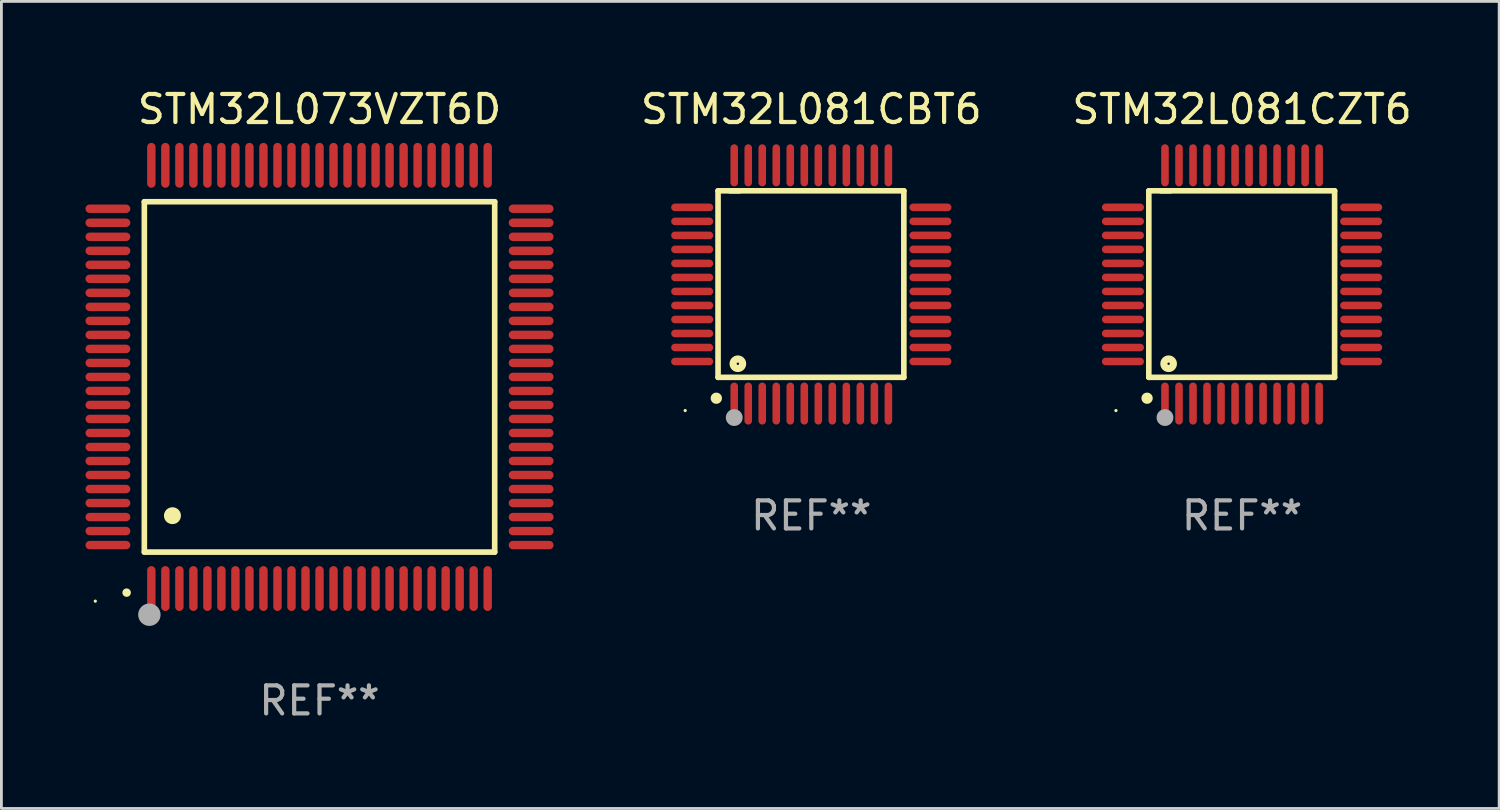
<source format=kicad_pcb>
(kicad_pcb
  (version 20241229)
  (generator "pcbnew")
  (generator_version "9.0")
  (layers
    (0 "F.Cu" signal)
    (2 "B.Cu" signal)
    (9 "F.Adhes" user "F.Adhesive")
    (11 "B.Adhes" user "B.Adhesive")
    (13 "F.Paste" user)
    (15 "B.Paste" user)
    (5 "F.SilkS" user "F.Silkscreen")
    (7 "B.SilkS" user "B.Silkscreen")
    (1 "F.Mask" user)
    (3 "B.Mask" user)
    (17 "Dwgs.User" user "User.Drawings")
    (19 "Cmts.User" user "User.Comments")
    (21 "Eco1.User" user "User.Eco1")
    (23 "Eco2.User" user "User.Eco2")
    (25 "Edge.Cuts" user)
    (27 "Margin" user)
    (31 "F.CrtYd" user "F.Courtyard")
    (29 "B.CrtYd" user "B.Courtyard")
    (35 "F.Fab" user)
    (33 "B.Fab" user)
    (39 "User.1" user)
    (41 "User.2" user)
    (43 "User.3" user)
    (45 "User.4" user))
  (footprint "STM32L081CBT6"
    (layer "F.Cu")
    (at 25.896 7.098)
    (property "Reference" "STM32L081CBT6" (at 0 -6.25 0) (layer "F.SilkS") (effects (font (size 1 1) (thickness 0.15))))
    (attr through_hole)
    (fp_line (start -3.327 -3.34) (end -2.565 -3.34) (stroke (width 0.2) (type solid)) (layer "F.SilkS"))
    (fp_line (start -3.327 3.315) (end -3.327 -3.34) (stroke (width 0.2) (type solid)) (layer "F.SilkS"))
    (fp_line (start -2.896 -3.34) (end 3.302 -3.34) (stroke (width 0.2) (type solid)) (layer "F.SilkS"))
    (fp_line (start 3.302 -3.34) (end 3.302 3.315) (stroke (width 0.2) (type solid)) (layer "F.SilkS"))
    (fp_line (start 3.302 3.315) (end -3.327 3.315) (stroke (width 0.2) (type solid)) (layer "F.SilkS"))
    (fp_arc (start -3.389992 4.059995) (mid -3.388722 4.059991) (end -3.387452 4.059995) (stroke (width 0.4) (type solid)) (layer "F.SilkS"))
    (fp_circle (center -4.5 4.5) (end -4.47 4.5) (stroke (width 0.06) (type solid)) (fill no) (layer "F.SilkS"))
    (fp_circle (center -2.62 2.83) (end -2.45 2.83) (stroke (width 0.254) (type solid)) (fill no) (layer "F.SilkS"))
    (fp_circle (center -2.75 4.75) (end -2.6 4.75) (stroke (width 0.3) (type solid)) (fill no) (layer "F.Fab"))
    (fp_text user "REF**" (at 0 8.25 0) (layer "F.Fab") (effects (font (size 1 1) (thickness 0.15))))
    (pad "1" smd oval (at -2.75 4.25) (size 0.27 1.5) (layers "F.Cu" "F.Mask" "F.Paste"))
    (pad "2" smd oval (at -2.25 4.25) (size 0.27 1.5) (layers "F.Cu" "F.Mask" "F.Paste"))
    (pad "3" smd oval (at -1.75 4.25) (size 0.27 1.5) (layers "F.Cu" "F.Mask" "F.Paste"))
    (pad "4" smd oval (at -1.25 4.25) (size 0.27 1.5) (layers "F.Cu" "F.Mask" "F.Paste"))
    (pad "5" smd oval (at -0.75 4.25) (size 0.27 1.5) (layers "F.Cu" "F.Mask" "F.Paste"))
    (pad "6" smd oval (at -0.25 4.25) (size 0.27 1.5) (layers "F.Cu" "F.Mask" "F.Paste"))
    (pad "7" smd oval (at 0.25 4.25) (size 0.27 1.5) (layers "F.Cu" "F.Mask" "F.Paste"))
    (pad "8" smd oval (at 0.75 4.25) (size 0.27 1.5) (layers "F.Cu" "F.Mask" "F.Paste"))
    (pad "9" smd oval (at 1.25 4.25) (size 0.27 1.5) (layers "F.Cu" "F.Mask" "F.Paste"))
    (pad "10" smd oval (at 1.75 4.25) (size 0.27 1.5) (layers "F.Cu" "F.Mask" "F.Paste"))
    (pad "11" smd oval (at 2.25 4.25) (size 0.27 1.5) (layers "F.Cu" "F.Mask" "F.Paste"))
    (pad "12" smd oval (at 2.75 4.25) (size 0.27 1.5) (layers "F.Cu" "F.Mask" "F.Paste"))
    (pad "13" smd oval (at 4.25 2.75) (size 1.5 0.27) (layers "F.Cu" "F.Mask" "F.Paste"))
    (pad "14" smd oval (at 4.25 2.25) (size 1.5 0.27) (layers "F.Cu" "F.Mask" "F.Paste"))
    (pad "15" smd oval (at 4.25 1.75) (size 1.5 0.27) (layers "F.Cu" "F.Mask" "F.Paste"))
    (pad "16" smd oval (at 4.25 1.25) (size 1.5 0.27) (layers "F.Cu" "F.Mask" "F.Paste"))
    (pad "17" smd oval (at 4.25 0.75) (size 1.5 0.27) (layers "F.Cu" "F.Mask" "F.Paste"))
    (pad "18" smd oval (at 4.25 0.25) (size 1.5 0.27) (layers "F.Cu" "F.Mask" "F.Paste"))
    (pad "19" smd oval (at 4.25 -0.25) (size 1.5 0.27) (layers "F.Cu" "F.Mask" "F.Paste"))
    (pad "20" smd oval (at 4.25 -0.75) (size 1.5 0.27) (layers "F.Cu" "F.Mask" "F.Paste"))
    (pad "21" smd oval (at 4.25 -1.25) (size 1.5 0.27) (layers "F.Cu" "F.Mask" "F.Paste"))
    (pad "22" smd oval (at 4.25 -1.75) (size 1.5 0.27) (layers "F.Cu" "F.Mask" "F.Paste"))
    (pad "23" smd oval (at 4.25 -2.25) (size 1.5 0.27) (layers "F.Cu" "F.Mask" "F.Paste"))
    (pad "24" smd oval (at 4.25 -2.75) (size 1.5 0.27) (layers "F.Cu" "F.Mask" "F.Paste"))
    (pad "25" smd oval (at 2.75 -4.25) (size 0.27 1.5) (layers "F.Cu" "F.Mask" "F.Paste"))
    (pad "26" smd oval (at 2.25 -4.25) (size 0.27 1.5) (layers "F.Cu" "F.Mask" "F.Paste"))
    (pad "27" smd oval (at 1.75 -4.25) (size 0.27 1.5) (layers "F.Cu" "F.Mask" "F.Paste"))
    (pad "28" smd oval (at 1.25 -4.25) (size 0.27 1.5) (layers "F.Cu" "F.Mask" "F.Paste"))
    (pad "29" smd oval (at 0.75 -4.25) (size 0.27 1.5) (layers "F.Cu" "F.Mask" "F.Paste"))
    (pad "30" smd oval (at 0.25 -4.25) (size 0.27 1.5) (layers "F.Cu" "F.Mask" "F.Paste"))
    (pad "31" smd oval (at -0.25 -4.25) (size 0.27 1.5) (layers "F.Cu" "F.Mask" "F.Paste"))
    (pad "32" smd oval (at -0.75 -4.25) (size 0.27 1.5) (layers "F.Cu" "F.Mask" "F.Paste"))
    (pad "33" smd oval (at -1.25 -4.25) (size 0.27 1.5) (layers "F.Cu" "F.Mask" "F.Paste"))
    (pad "34" smd oval (at -1.75 -4.25) (size 0.27 1.5) (layers "F.Cu" "F.Mask" "F.Paste"))
    (pad "35" smd oval (at -2.25 -4.25) (size 0.27 1.5) (layers "F.Cu" "F.Mask" "F.Paste"))
    (pad "36" smd oval (at -2.75 -4.25) (size 0.27 1.5) (layers "F.Cu" "F.Mask" "F.Paste"))
    (pad "37" smd oval (at -4.25 -2.75) (size 1.5 0.27) (layers "F.Cu" "F.Mask" "F.Paste"))
    (pad "38" smd oval (at -4.25 -2.25) (size 1.5 0.27) (layers "F.Cu" "F.Mask" "F.Paste"))
    (pad "39" smd oval (at -4.25 -1.75) (size 1.5 0.27) (layers "F.Cu" "F.Mask" "F.Paste"))
    (pad "40" smd oval (at -4.25 -1.25) (size 1.5 0.27) (layers "F.Cu" "F.Mask" "F.Paste"))
    (pad "41" smd oval (at -4.25 -0.75) (size 1.5 0.27) (layers "F.Cu" "F.Mask" "F.Paste"))
    (pad "42" smd oval (at -4.25 -0.25) (size 1.5 0.27) (layers "F.Cu" "F.Mask" "F.Paste"))
    (pad "43" smd oval (at -4.25 0.25) (size 1.5 0.27) (layers "F.Cu" "F.Mask" "F.Paste"))
    (pad "44" smd oval (at -4.25 0.75) (size 1.5 0.27) (layers "F.Cu" "F.Mask" "F.Paste"))
    (pad "45" smd oval (at -4.25 1.25) (size 1.5 0.27) (layers "F.Cu" "F.Mask" "F.Paste"))
    (pad "46" smd oval (at -4.25 1.75) (size 1.5 0.27) (layers "F.Cu" "F.Mask" "F.Paste"))
    (pad "47" smd oval (at -4.25 2.25) (size 1.5 0.27) (layers "F.Cu" "F.Mask" "F.Paste"))
    (pad "48" smd oval (at -4.25 2.75) (size 1.5 0.27) (layers "F.Cu" "F.Mask" "F.Paste")))
  (footprint "STM32L073VZT6D"
    (layer "F.Cu")
    (at 8.35 10.398)
    (property "Reference" "STM32L073VZT6D" (at 0 -9.55 0) (layer "F.SilkS") (effects (font (size 1 1) (thickness 0.15))))
    (attr through_hole)
    (fp_line (start -6.25 -6.25) (end -6.25 6.25) (stroke (width 0.2) (type solid)) (layer "F.SilkS"))
    (fp_line (start -6.25 6.25) (end 6.25 6.25) (stroke (width 0.2) (type solid)) (layer "F.SilkS"))
    (fp_line (start 6.25 -6.25) (end -6.25 -6.25) (stroke (width 0.2) (type solid)) (layer "F.SilkS"))
    (fp_line (start 6.25 6.25) (end 6.25 -6.25) (stroke (width 0.2) (type solid)) (layer "F.SilkS"))
    (fp_arc (start -6.883414 7.696215) (mid -6.882144 7.69621) (end -6.880874 7.696215) (stroke (width 0.3) (type solid)) (layer "F.SilkS"))
    (fp_arc (start -5.250191 4.95047) (mid -5.247651 4.950459) (end -5.245111 4.95047) (stroke (width 0.6) (type solid)) (layer "F.SilkS"))
    (fp_circle (center -8 8) (end -7.97 8) (stroke (width 0.06) (type solid)) (fill no) (layer "F.SilkS"))
    (fp_circle (center -6.071 8.484) (end -5.871 8.484) (stroke (width 0.4) (type solid)) (fill no) (layer "F.Fab"))
    (fp_text user "REF**" (at 0 11.55 0) (layer "F.Fab") (effects (font (size 1 1) (thickness 0.15))))
    (pad "1" smd oval (at -6 7.55) (size 0.3 1.6) (layers "F.Cu" "F.Mask" "F.Paste"))
    (pad "2" smd oval (at -5.5 7.55) (size 0.3 1.6) (layers "F.Cu" "F.Mask" "F.Paste"))
    (pad "3" smd oval (at -5 7.55) (size 0.3 1.6) (layers "F.Cu" "F.Mask" "F.Paste"))
    (pad "4" smd oval (at -4.5 7.55) (size 0.3 1.6) (layers "F.Cu" "F.Mask" "F.Paste"))
    (pad "5" smd oval (at -4 7.55) (size 0.3 1.6) (layers "F.Cu" "F.Mask" "F.Paste"))
    (pad "6" smd oval (at -3.5 7.55) (size 0.3 1.6) (layers "F.Cu" "F.Mask" "F.Paste"))
    (pad "7" smd oval (at -3 7.55) (size 0.3 1.6) (layers "F.Cu" "F.Mask" "F.Paste"))
    (pad "8" smd oval (at -2.5 7.55) (size 0.3 1.6) (layers "F.Cu" "F.Mask" "F.Paste"))
    (pad "9" smd oval (at -2 7.55) (size 0.3 1.6) (layers "F.Cu" "F.Mask" "F.Paste"))
    (pad "10" smd oval (at -1.5 7.55) (size 0.3 1.6) (layers "F.Cu" "F.Mask" "F.Paste"))
    (pad "11" smd oval (at -1 7.55) (size 0.3 1.6) (layers "F.Cu" "F.Mask" "F.Paste"))
    (pad "12" smd oval (at -0.5 7.55) (size 0.3 1.6) (layers "F.Cu" "F.Mask" "F.Paste"))
    (pad "13" smd oval (at 0 7.55) (size 0.3 1.6) (layers "F.Cu" "F.Mask" "F.Paste"))
    (pad "14" smd oval (at 0.5 7.55) (size 0.3 1.6) (layers "F.Cu" "F.Mask" "F.Paste"))
    (pad "15" smd oval (at 1 7.55) (size 0.3 1.6) (layers "F.Cu" "F.Mask" "F.Paste"))
    (pad "16" smd oval (at 1.5 7.55) (size 0.3 1.6) (layers "F.Cu" "F.Mask" "F.Paste"))
    (pad "17" smd oval (at 2 7.55) (size 0.3 1.6) (layers "F.Cu" "F.Mask" "F.Paste"))
    (pad "18" smd oval (at 2.5 7.55) (size 0.3 1.6) (layers "F.Cu" "F.Mask" "F.Paste"))
    (pad "19" smd oval (at 3 7.55) (size 0.3 1.6) (layers "F.Cu" "F.Mask" "F.Paste"))
    (pad "20" smd oval (at 3.5 7.55) (size 0.3 1.6) (layers "F.Cu" "F.Mask" "F.Paste"))
    (pad "21" smd oval (at 4 7.55) (size 0.3 1.6) (layers "F.Cu" "F.Mask" "F.Paste"))
    (pad "22" smd oval (at 4.5 7.55) (size 0.3 1.6) (layers "F.Cu" "F.Mask" "F.Paste"))
    (pad "23" smd oval (at 5 7.55) (size 0.3 1.6) (layers "F.Cu" "F.Mask" "F.Paste"))
    (pad "24" smd oval (at 5.5 7.55) (size 0.3 1.6) (layers "F.Cu" "F.Mask" "F.Paste"))
    (pad "25" smd oval (at 6 7.55) (size 0.3 1.6) (layers "F.Cu" "F.Mask" "F.Paste"))
    (pad "26" smd oval (at 7.55 6) (size 1.6 0.3) (layers "F.Cu" "F.Mask" "F.Paste"))
    (pad "27" smd oval (at 7.55 5.5) (size 1.6 0.3) (layers "F.Cu" "F.Mask" "F.Paste"))
    (pad "28" smd oval (at 7.55 5) (size 1.6 0.3) (layers "F.Cu" "F.Mask" "F.Paste"))
    (pad "29" smd oval (at 7.55 4.5) (size 1.6 0.3) (layers "F.Cu" "F.Mask" "F.Paste"))
    (pad "30" smd oval (at 7.55 4) (size 1.6 0.3) (layers "F.Cu" "F.Mask" "F.Paste"))
    (pad "31" smd oval (at 7.55 3.5) (size 1.6 0.3) (layers "F.Cu" "F.Mask" "F.Paste"))
    (pad "32" smd oval (at 7.55 3) (size 1.6 0.3) (layers "F.Cu" "F.Mask" "F.Paste"))
    (pad "33" smd oval (at 7.55 2.5) (size 1.6 0.3) (layers "F.Cu" "F.Mask" "F.Paste"))
    (pad "34" smd oval (at 7.55 2) (size 1.6 0.3) (layers "F.Cu" "F.Mask" "F.Paste"))
    (pad "35" smd oval (at 7.55 1.5) (size 1.6 0.3) (layers "F.Cu" "F.Mask" "F.Paste"))
    (pad "36" smd oval (at 7.55 1) (size 1.6 0.3) (layers "F.Cu" "F.Mask" "F.Paste"))
    (pad "37" smd oval (at 7.55 0.5) (size 1.6 0.3) (layers "F.Cu" "F.Mask" "F.Paste"))
    (pad "38" smd oval (at 7.55 0) (size 1.6 0.3) (layers "F.Cu" "F.Mask" "F.Paste"))
    (pad "39" smd oval (at 7.55 -0.5) (size 1.6 0.3) (layers "F.Cu" "F.Mask" "F.Paste"))
    (pad "40" smd oval (at 7.55 -1) (size 1.6 0.3) (layers "F.Cu" "F.Mask" "F.Paste"))
    (pad "41" smd oval (at 7.55 -1.5) (size 1.6 0.3) (layers "F.Cu" "F.Mask" "F.Paste"))
    (pad "42" smd oval (at 7.55 -2) (size 1.6 0.3) (layers "F.Cu" "F.Mask" "F.Paste"))
    (pad "43" smd oval (at 7.55 -2.5) (size 1.6 0.3) (layers "F.Cu" "F.Mask" "F.Paste"))
    (pad "44" smd oval (at 7.55 -3) (size 1.6 0.3) (layers "F.Cu" "F.Mask" "F.Paste"))
    (pad "45" smd oval (at 7.55 -3.5) (size 1.6 0.3) (layers "F.Cu" "F.Mask" "F.Paste"))
    (pad "46" smd oval (at 7.55 -4) (size 1.6 0.3) (layers "F.Cu" "F.Mask" "F.Paste"))
    (pad "47" smd oval (at 7.55 -4.5) (size 1.6 0.3) (layers "F.Cu" "F.Mask" "F.Paste"))
    (pad "48" smd oval (at 7.55 -5) (size 1.6 0.3) (layers "F.Cu" "F.Mask" "F.Paste"))
    (pad "49" smd oval (at 7.55 -5.5) (size 1.6 0.3) (layers "F.Cu" "F.Mask" "F.Paste"))
    (pad "50" smd oval (at 7.55 -6) (size 1.6 0.3) (layers "F.Cu" "F.Mask" "F.Paste"))
    (pad "51" smd oval (at 6 -7.55) (size 0.3 1.6) (layers "F.Cu" "F.Mask" "F.Paste"))
    (pad "52" smd oval (at 5.5 -7.55) (size 0.3 1.6) (layers "F.Cu" "F.Mask" "F.Paste"))
    (pad "53" smd oval (at 5 -7.55) (size 0.3 1.6) (layers "F.Cu" "F.Mask" "F.Paste"))
    (pad "54" smd oval (at 4.5 -7.55) (size 0.3 1.6) (layers "F.Cu" "F.Mask" "F.Paste"))
    (pad "55" smd oval (at 4 -7.55) (size 0.3 1.6) (layers "F.Cu" "F.Mask" "F.Paste"))
    (pad "56" smd oval (at 3.5 -7.55) (size 0.3 1.6) (layers "F.Cu" "F.Mask" "F.Paste"))
    (pad "57" smd oval (at 3 -7.55) (size 0.3 1.6) (layers "F.Cu" "F.Mask" "F.Paste"))
    (pad "58" smd oval (at 2.5 -7.55) (size 0.3 1.6) (layers "F.Cu" "F.Mask" "F.Paste"))
    (pad "59" smd oval (at 2 -7.55) (size 0.3 1.6) (layers "F.Cu" "F.Mask" "F.Paste"))
    (pad "60" smd oval (at 1.5 -7.55) (size 0.3 1.6) (layers "F.Cu" "F.Mask" "F.Paste"))
    (pad "61" smd oval (at 1 -7.55) (size 0.3 1.6) (layers "F.Cu" "F.Mask" "F.Paste"))
    (pad "62" smd oval (at 0.5 -7.55) (size 0.3 1.6) (layers "F.Cu" "F.Mask" "F.Paste"))
    (pad "63" smd oval (at 0 -7.55) (size 0.3 1.6) (layers "F.Cu" "F.Mask" "F.Paste"))
    (pad "64" smd oval (at -0.5 -7.55) (size 0.3 1.6) (layers "F.Cu" "F.Mask" "F.Paste"))
    (pad "65" smd oval (at -1 -7.55) (size 0.3 1.6) (layers "F.Cu" "F.Mask" "F.Paste"))
    (pad "66" smd oval (at -1.5 -7.55) (size 0.3 1.6) (layers "F.Cu" "F.Mask" "F.Paste"))
    (pad "67" smd oval (at -2 -7.55) (size 0.3 1.6) (layers "F.Cu" "F.Mask" "F.Paste"))
    (pad "68" smd oval (at -2.5 -7.55) (size 0.3 1.6) (layers "F.Cu" "F.Mask" "F.Paste"))
    (pad "69" smd oval (at -3 -7.55) (size 0.3 1.6) (layers "F.Cu" "F.Mask" "F.Paste"))
    (pad "70" smd oval (at -3.5 -7.55) (size 0.3 1.6) (layers "F.Cu" "F.Mask" "F.Paste"))
    (pad "71" smd oval (at -4 -7.55) (size 0.3 1.6) (layers "F.Cu" "F.Mask" "F.Paste"))
    (pad "72" smd oval (at -4.5 -7.55) (size 0.3 1.6) (layers "F.Cu" "F.Mask" "F.Paste"))
    (pad "73" smd oval (at -5 -7.55) (size 0.3 1.6) (layers "F.Cu" "F.Mask" "F.Paste"))
    (pad "74" smd oval (at -5.5 -7.55) (size 0.3 1.6) (layers "F.Cu" "F.Mask" "F.Paste"))
    (pad "75" smd oval (at -6 -7.55) (size 0.3 1.6) (layers "F.Cu" "F.Mask" "F.Paste"))
    (pad "76" smd oval (at -7.55 -6) (size 1.6 0.3) (layers "F.Cu" "F.Mask" "F.Paste"))
    (pad "77" smd oval (at -7.55 -5.5) (size 1.6 0.3) (layers "F.Cu" "F.Mask" "F.Paste"))
    (pad "78" smd oval (at -7.55 -5) (size 1.6 0.3) (layers "F.Cu" "F.Mask" "F.Paste"))
    (pad "79" smd oval (at -7.55 -4.5) (size 1.6 0.3) (layers "F.Cu" "F.Mask" "F.Paste"))
    (pad "80" smd oval (at -7.55 -4) (size 1.6 0.3) (layers "F.Cu" "F.Mask" "F.Paste"))
    (pad "81" smd oval (at -7.55 -3.5) (size 1.6 0.3) (layers "F.Cu" "F.Mask" "F.Paste"))
    (pad "82" smd oval (at -7.55 -3) (size 1.6 0.3) (layers "F.Cu" "F.Mask" "F.Paste"))
    (pad "83" smd oval (at -7.55 -2.5) (size 1.6 0.3) (layers "F.Cu" "F.Mask" "F.Paste"))
    (pad "84" smd oval (at -7.55 -2) (size 1.6 0.3) (layers "F.Cu" "F.Mask" "F.Paste"))
    (pad "85" smd oval (at -7.55 -1.5) (size 1.6 0.3) (layers "F.Cu" "F.Mask" "F.Paste"))
    (pad "86" smd oval (at -7.55 -1) (size 1.6 0.3) (layers "F.Cu" "F.Mask" "F.Paste"))
    (pad "87" smd oval (at -7.55 -0.5) (size 1.6 0.3) (layers "F.Cu" "F.Mask" "F.Paste"))
    (pad "88" smd oval (at -7.55 0) (size 1.6 0.3) (layers "F.Cu" "F.Mask" "F.Paste"))
    (pad "89" smd oval (at -7.55 0.5) (size 1.6 0.3) (layers "F.Cu" "F.Mask" "F.Paste"))
    (pad "90" smd oval (at -7.55 1) (size 1.6 0.3) (layers "F.Cu" "F.Mask" "F.Paste"))
    (pad "91" smd oval (at -7.55 1.5) (size 1.6 0.3) (layers "F.Cu" "F.Mask" "F.Paste"))
    (pad "92" smd oval (at -7.55 2) (size 1.6 0.3) (layers "F.Cu" "F.Mask" "F.Paste"))
    (pad "93" smd oval (at -7.55 2.5) (size 1.6 0.3) (layers "F.Cu" "F.Mask" "F.Paste"))
    (pad "94" smd oval (at -7.55 3) (size 1.6 0.3) (layers "F.Cu" "F.Mask" "F.Paste"))
    (pad "95" smd oval (at -7.55 3.5) (size 1.6 0.3) (layers "F.Cu" "F.Mask" "F.Paste"))
    (pad "96" smd oval (at -7.55 4) (size 1.6 0.3) (layers "F.Cu" "F.Mask" "F.Paste"))
    (pad "97" smd oval (at -7.55 4.5) (size 1.6 0.3) (layers "F.Cu" "F.Mask" "F.Paste"))
    (pad "98" smd oval (at -7.55 5) (size 1.6 0.3) (layers "F.Cu" "F.Mask" "F.Paste"))
    (pad "99" smd oval (at -7.55 5.5) (size 1.6 0.3) (layers "F.Cu" "F.Mask" "F.Paste"))
    (pad "100" smd oval (at -7.55 6) (size 1.6 0.3) (layers "F.Cu" "F.Mask" "F.Paste")))
  (footprint "STM32L081CZT6"
    (layer "F.Cu")
    (at 41.265 7.098)
    (property "Reference" "STM32L081CZT6" (at 0 -6.25 0) (layer "F.SilkS") (effects (font (size 1 1) (thickness 0.15))))
    (attr through_hole)
    (fp_line (start -3.327 -3.34) (end -2.565 -3.34) (stroke (width 0.2) (type solid)) (layer "F.SilkS"))
    (fp_line (start -3.327 3.315) (end -3.327 -3.34) (stroke (width 0.2) (type solid)) (layer "F.SilkS"))
    (fp_line (start -2.896 -3.34) (end 3.302 -3.34) (stroke (width 0.2) (type solid)) (layer "F.SilkS"))
    (fp_line (start 3.302 -3.34) (end 3.302 3.315) (stroke (width 0.2) (type solid)) (layer "F.SilkS"))
    (fp_line (start 3.302 3.315) (end -3.327 3.315) (stroke (width 0.2) (type solid)) (layer "F.SilkS"))
    (fp_arc (start -3.389992 4.059995) (mid -3.388722 4.059991) (end -3.387452 4.059995) (stroke (width 0.4) (type solid)) (layer "F.SilkS"))
    (fp_circle (center -4.5 4.5) (end -4.47 4.5) (stroke (width 0.06) (type solid)) (fill no) (layer "F.SilkS"))
    (fp_circle (center -2.62 2.83) (end -2.45 2.83) (stroke (width 0.254) (type solid)) (fill no) (layer "F.SilkS"))
    (fp_circle (center -2.75 4.75) (end -2.6 4.75) (stroke (width 0.3) (type solid)) (fill no) (layer "F.Fab"))
    (fp_text user "REF**" (at 0 8.25 0) (layer "F.Fab") (effects (font (size 1 1) (thickness 0.15))))
    (pad "1" smd oval (at -2.75 4.25) (size 0.27 1.5) (layers "F.Cu" "F.Mask" "F.Paste"))
    (pad "2" smd oval (at -2.25 4.25) (size 0.27 1.5) (layers "F.Cu" "F.Mask" "F.Paste"))
    (pad "3" smd oval (at -1.75 4.25) (size 0.27 1.5) (layers "F.Cu" "F.Mask" "F.Paste"))
    (pad "4" smd oval (at -1.25 4.25) (size 0.27 1.5) (layers "F.Cu" "F.Mask" "F.Paste"))
    (pad "5" smd oval (at -0.75 4.25) (size 0.27 1.5) (layers "F.Cu" "F.Mask" "F.Paste"))
    (pad "6" smd oval (at -0.25 4.25) (size 0.27 1.5) (layers "F.Cu" "F.Mask" "F.Paste"))
    (pad "7" smd oval (at 0.25 4.25) (size 0.27 1.5) (layers "F.Cu" "F.Mask" "F.Paste"))
    (pad "8" smd oval (at 0.75 4.25) (size 0.27 1.5) (layers "F.Cu" "F.Mask" "F.Paste"))
    (pad "9" smd oval (at 1.25 4.25) (size 0.27 1.5) (layers "F.Cu" "F.Mask" "F.Paste"))
    (pad "10" smd oval (at 1.75 4.25) (size 0.27 1.5) (layers "F.Cu" "F.Mask" "F.Paste"))
    (pad "11" smd oval (at 2.25 4.25) (size 0.27 1.5) (layers "F.Cu" "F.Mask" "F.Paste"))
    (pad "12" smd oval (at 2.75 4.25) (size 0.27 1.5) (layers "F.Cu" "F.Mask" "F.Paste"))
    (pad "13" smd oval (at 4.25 2.75) (size 1.5 0.27) (layers "F.Cu" "F.Mask" "F.Paste"))
    (pad "14" smd oval (at 4.25 2.25) (size 1.5 0.27) (layers "F.Cu" "F.Mask" "F.Paste"))
    (pad "15" smd oval (at 4.25 1.75) (size 1.5 0.27) (layers "F.Cu" "F.Mask" "F.Paste"))
    (pad "16" smd oval (at 4.25 1.25) (size 1.5 0.27) (layers "F.Cu" "F.Mask" "F.Paste"))
    (pad "17" smd oval (at 4.25 0.75) (size 1.5 0.27) (layers "F.Cu" "F.Mask" "F.Paste"))
    (pad "18" smd oval (at 4.25 0.25) (size 1.5 0.27) (layers "F.Cu" "F.Mask" "F.Paste"))
    (pad "19" smd oval (at 4.25 -0.25) (size 1.5 0.27) (layers "F.Cu" "F.Mask" "F.Paste"))
    (pad "20" smd oval (at 4.25 -0.75) (size 1.5 0.27) (layers "F.Cu" "F.Mask" "F.Paste"))
    (pad "21" smd oval (at 4.25 -1.25) (size 1.5 0.27) (layers "F.Cu" "F.Mask" "F.Paste"))
    (pad "22" smd oval (at 4.25 -1.75) (size 1.5 0.27) (layers "F.Cu" "F.Mask" "F.Paste"))
    (pad "23" smd oval (at 4.25 -2.25) (size 1.5 0.27) (layers "F.Cu" "F.Mask" "F.Paste"))
    (pad "24" smd oval (at 4.25 -2.75) (size 1.5 0.27) (layers "F.Cu" "F.Mask" "F.Paste"))
    (pad "25" smd oval (at 2.75 -4.25) (size 0.27 1.5) (layers "F.Cu" "F.Mask" "F.Paste"))
    (pad "26" smd oval (at 2.25 -4.25) (size 0.27 1.5) (layers "F.Cu" "F.Mask" "F.Paste"))
    (pad "27" smd oval (at 1.75 -4.25) (size 0.27 1.5) (layers "F.Cu" "F.Mask" "F.Paste"))
    (pad "28" smd oval (at 1.25 -4.25) (size 0.27 1.5) (layers "F.Cu" "F.Mask" "F.Paste"))
    (pad "29" smd oval (at 0.75 -4.25) (size 0.27 1.5) (layers "F.Cu" "F.Mask" "F.Paste"))
    (pad "30" smd oval (at 0.25 -4.25) (size 0.27 1.5) (layers "F.Cu" "F.Mask" "F.Paste"))
    (pad "31" smd oval (at -0.25 -4.25) (size 0.27 1.5) (layers "F.Cu" "F.Mask" "F.Paste"))
    (pad "32" smd oval (at -0.75 -4.25) (size 0.27 1.5) (layers "F.Cu" "F.Mask" "F.Paste"))
    (pad "33" smd oval (at -1.25 -4.25) (size 0.27 1.5) (layers "F.Cu" "F.Mask" "F.Paste"))
    (pad "34" smd oval (at -1.75 -4.25) (size 0.27 1.5) (layers "F.Cu" "F.Mask" "F.Paste"))
    (pad "35" smd oval (at -2.25 -4.25) (size 0.27 1.5) (layers "F.Cu" "F.Mask" "F.Paste"))
    (pad "36" smd oval (at -2.75 -4.25) (size 0.27 1.5) (layers "F.Cu" "F.Mask" "F.Paste"))
    (pad "37" smd oval (at -4.25 -2.75) (size 1.5 0.27) (layers "F.Cu" "F.Mask" "F.Paste"))
    (pad "38" smd oval (at -4.25 -2.25) (size 1.5 0.27) (layers "F.Cu" "F.Mask" "F.Paste"))
    (pad "39" smd oval (at -4.25 -1.75) (size 1.5 0.27) (layers "F.Cu" "F.Mask" "F.Paste"))
    (pad "40" smd oval (at -4.25 -1.25) (size 1.5 0.27) (layers "F.Cu" "F.Mask" "F.Paste"))
    (pad "41" smd oval (at -4.25 -0.75) (size 1.5 0.27) (layers "F.Cu" "F.Mask" "F.Paste"))
    (pad "42" smd oval (at -4.25 -0.25) (size 1.5 0.27) (layers "F.Cu" "F.Mask" "F.Paste"))
    (pad "43" smd oval (at -4.25 0.25) (size 1.5 0.27) (layers "F.Cu" "F.Mask" "F.Paste"))
    (pad "44" smd oval (at -4.25 0.75) (size 1.5 0.27) (layers "F.Cu" "F.Mask" "F.Paste"))
    (pad "45" smd oval (at -4.25 1.25) (size 1.5 0.27) (layers "F.Cu" "F.Mask" "F.Paste"))
    (pad "46" smd oval (at -4.25 1.75) (size 1.5 0.27) (layers "F.Cu" "F.Mask" "F.Paste"))
    (pad "47" smd oval (at -4.25 2.25) (size 1.5 0.27) (layers "F.Cu" "F.Mask" "F.Paste"))
    (pad "48" smd oval (at -4.25 2.75) (size 1.5 0.27) (layers "F.Cu" "F.Mask" "F.Paste")))
  (gr_rect
    (start -3 -3)
    (end 50.438 25.796)
    (stroke (width 0.1) (type default))
    (fill no)
    (layer "Edge.Cuts")))
</source>
